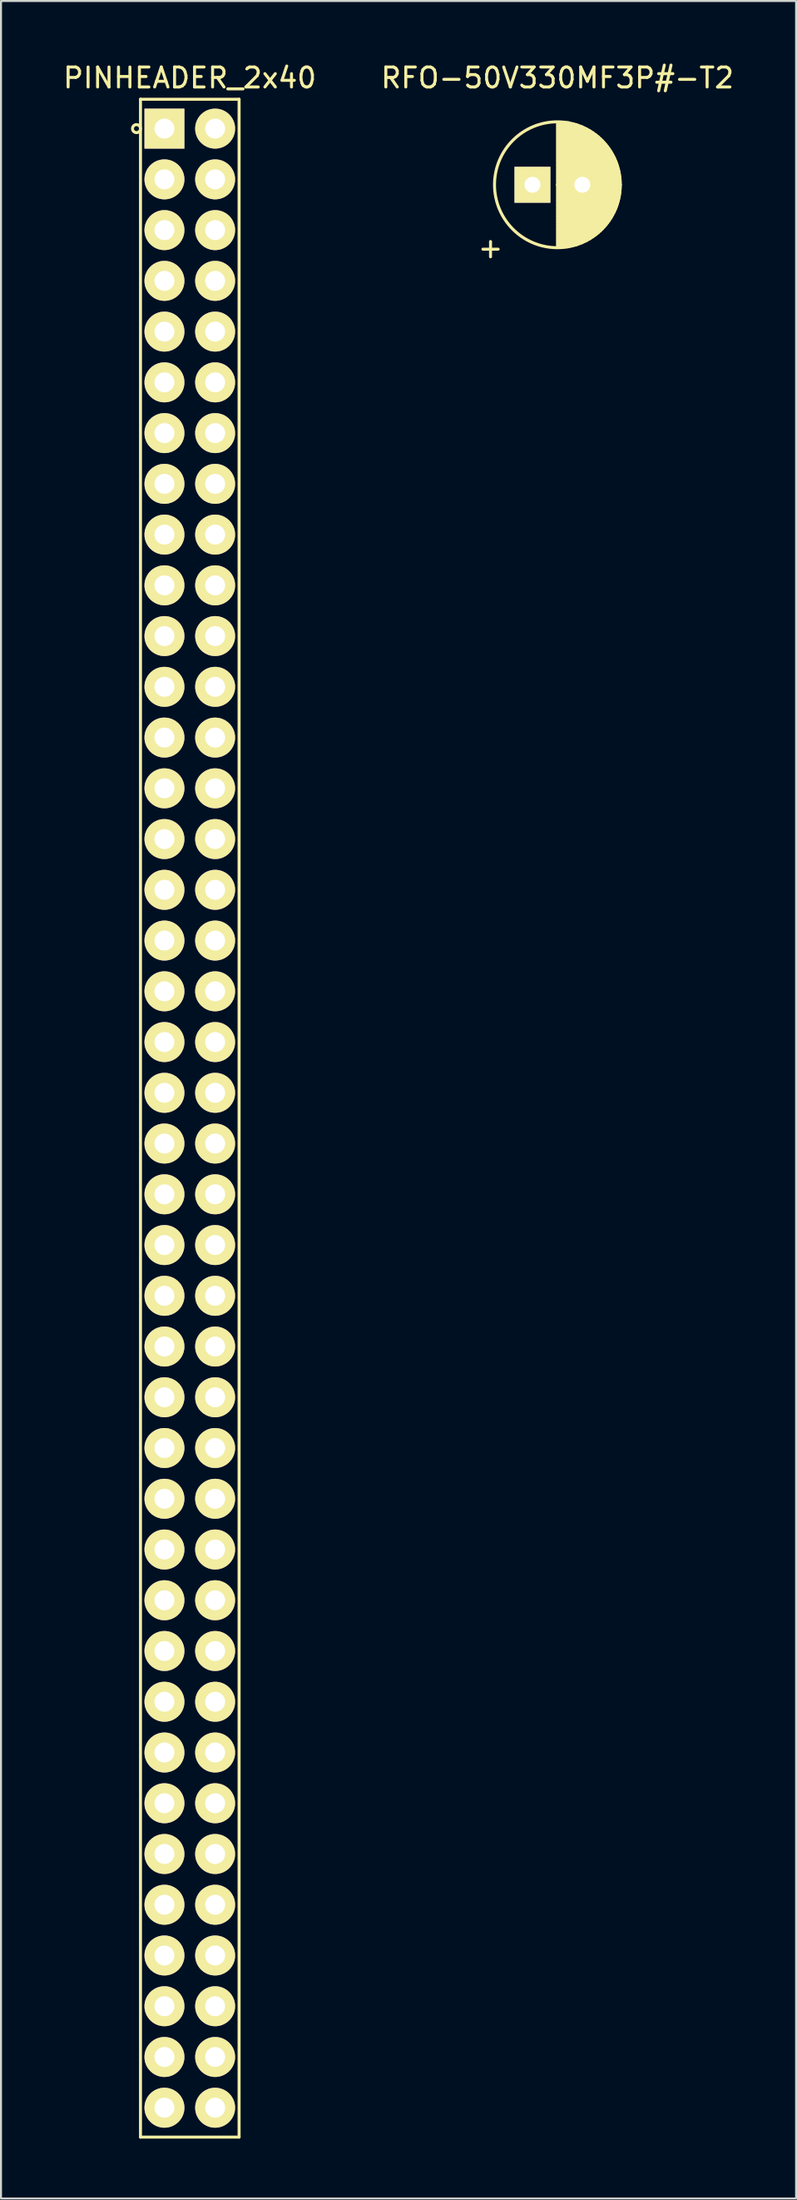
<source format=kicad_pcb>
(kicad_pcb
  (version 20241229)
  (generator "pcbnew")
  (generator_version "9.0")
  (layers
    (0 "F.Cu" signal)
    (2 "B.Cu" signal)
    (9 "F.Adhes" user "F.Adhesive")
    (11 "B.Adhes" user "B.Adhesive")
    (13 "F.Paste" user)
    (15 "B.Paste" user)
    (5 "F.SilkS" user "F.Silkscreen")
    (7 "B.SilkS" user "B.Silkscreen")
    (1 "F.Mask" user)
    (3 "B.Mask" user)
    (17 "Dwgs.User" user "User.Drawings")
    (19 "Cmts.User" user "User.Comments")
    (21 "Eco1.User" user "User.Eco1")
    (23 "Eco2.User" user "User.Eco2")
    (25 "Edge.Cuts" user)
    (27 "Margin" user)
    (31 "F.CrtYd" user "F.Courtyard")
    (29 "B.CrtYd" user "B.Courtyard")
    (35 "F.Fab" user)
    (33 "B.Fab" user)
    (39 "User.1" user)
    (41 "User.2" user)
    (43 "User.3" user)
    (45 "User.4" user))
  (footprint "RFO-50V330MF3P#-T2"
    (layer "F.Cu")
    (at 23.625 6.198)
    (property "Reference" "RFO-50V330MF3P#-T2" (at 1.25 -5.35 0) (layer "F.SilkS") (effects (font (size 1 1) (thickness 0.15))))
    (attr through_hole)
    (fp_line (start 1.25 -3.1) (end 1.809 -3.1) (stroke (width 0.15) (type solid)) (layer "F.SilkS"))
    (fp_line (start 1.25 -3) (end 2.21 -3) (stroke (width 0.15) (type solid)) (layer "F.SilkS"))
    (fp_line (start 1.25 -2.9) (end 2.48 -2.9) (stroke (width 0.15) (type solid)) (layer "F.SilkS"))
    (fp_line (start 1.25 -2.8) (end 2.693 -2.8) (stroke (width 0.15) (type solid)) (layer "F.SilkS"))
    (fp_line (start 1.25 -2.7) (end 2.872 -2.7) (stroke (width 0.15) (type solid)) (layer "F.SilkS"))
    (fp_line (start 1.25 -2.6) (end 3.028 -2.6) (stroke (width 0.15) (type solid)) (layer "F.SilkS"))
    (fp_line (start 1.25 -2.5) (end 3.166 -2.5) (stroke (width 0.15) (type solid)) (layer "F.SilkS"))
    (fp_line (start 1.25 -2.4) (end 3.29 -2.4) (stroke (width 0.15) (type solid)) (layer "F.SilkS"))
    (fp_line (start 1.25 -2.3) (end 3.402 -2.3) (stroke (width 0.15) (type solid)) (layer "F.SilkS"))
    (fp_line (start 1.25 -2.2) (end 3.504 -2.2) (stroke (width 0.15) (type solid)) (layer "F.SilkS"))
    (fp_line (start 1.25 -2.1) (end 3.598 -2.1) (stroke (width 0.15) (type solid)) (layer "F.SilkS"))
    (fp_line (start 1.25 -2) (end 3.684 -2) (stroke (width 0.15) (type solid)) (layer "F.SilkS"))
    (fp_line (start 1.25 -1.9) (end 3.762 -1.9) (stroke (width 0.15) (type solid)) (layer "F.SilkS"))
    (fp_line (start 1.25 -1.8) (end 3.835 -1.8) (stroke (width 0.15) (type solid)) (layer "F.SilkS"))
    (fp_line (start 1.25 -1.7) (end 3.902 -1.7) (stroke (width 0.15) (type solid)) (layer "F.SilkS"))
    (fp_line (start 1.25 -1.6) (end 3.963 -1.6) (stroke (width 0.15) (type solid)) (layer "F.SilkS"))
    (fp_line (start 1.25 -1.5) (end 4.02 -1.5) (stroke (width 0.15) (type solid)) (layer "F.SilkS"))
    (fp_line (start 1.25 -1.4) (end 4.072 -1.4) (stroke (width 0.15) (type solid)) (layer "F.SilkS"))
    (fp_line (start 1.25 -1.3) (end 4.119 -1.3) (stroke (width 0.15) (type solid)) (layer "F.SilkS"))
    (fp_line (start 1.25 -1.2) (end 4.162 -1.2) (stroke (width 0.15) (type solid)) (layer "F.SilkS"))
    (fp_line (start 1.25 -1.1) (end 4.202 -1.1) (stroke (width 0.15) (type solid)) (layer "F.SilkS"))
    (fp_line (start 1.25 -1) (end 4.237 -1) (stroke (width 0.15) (type solid)) (layer "F.SilkS"))
    (fp_line (start 1.25 -0.9) (end 4.269 -0.9) (stroke (width 0.15) (type solid)) (layer "F.SilkS"))
    (fp_line (start 1.25 -0.8) (end 4.297 -0.8) (stroke (width 0.15) (type solid)) (layer "F.SilkS"))
    (fp_line (start 1.25 -0.7) (end 4.321 -0.7) (stroke (width 0.15) (type solid)) (layer "F.SilkS"))
    (fp_line (start 1.25 -0.6) (end 4.342 -0.6) (stroke (width 0.15) (type solid)) (layer "F.SilkS"))
    (fp_line (start 1.25 -0.5) (end 4.36 -0.5) (stroke (width 0.15) (type solid)) (layer "F.SilkS"))
    (fp_line (start 1.25 -0.4) (end 4.375 -0.4) (stroke (width 0.15) (type solid)) (layer "F.SilkS"))
    (fp_line (start 1.25 -0.3) (end 4.386 -0.3) (stroke (width 0.15) (type solid)) (layer "F.SilkS"))
    (fp_line (start 1.25 -0.2) (end 4.394 -0.2) (stroke (width 0.15) (type solid)) (layer "F.SilkS"))
    (fp_line (start 1.25 -0.1) (end 4.398 -0.1) (stroke (width 0.15) (type solid)) (layer "F.SilkS"))
    (fp_line (start 1.25 0) (end 4.4 0) (stroke (width 0.15) (type solid)) (layer "F.SilkS"))
    (fp_line (start 1.25 0) (end 4.4 0) (stroke (width 0.15) (type solid)) (layer "F.SilkS"))
    (fp_line (start 1.25 0.1) (end 4.398 0.1) (stroke (width 0.15) (type solid)) (layer "F.SilkS"))
    (fp_line (start 1.25 0.2) (end 4.394 0.2) (stroke (width 0.15) (type solid)) (layer "F.SilkS"))
    (fp_line (start 1.25 0.3) (end 4.386 0.3) (stroke (width 0.15) (type solid)) (layer "F.SilkS"))
    (fp_line (start 1.25 0.4) (end 4.375 0.4) (stroke (width 0.15) (type solid)) (layer "F.SilkS"))
    (fp_line (start 1.25 0.5) (end 4.36 0.5) (stroke (width 0.15) (type solid)) (layer "F.SilkS"))
    (fp_line (start 1.25 0.6) (end 4.342 0.6) (stroke (width 0.15) (type solid)) (layer "F.SilkS"))
    (fp_line (start 1.25 0.7) (end 4.321 0.7) (stroke (width 0.15) (type solid)) (layer "F.SilkS"))
    (fp_line (start 1.25 0.8) (end 4.297 0.8) (stroke (width 0.15) (type solid)) (layer "F.SilkS"))
    (fp_line (start 1.25 0.9) (end 4.269 0.9) (stroke (width 0.15) (type solid)) (layer "F.SilkS"))
    (fp_line (start 1.25 1) (end 4.237 1) (stroke (width 0.15) (type solid)) (layer "F.SilkS"))
    (fp_line (start 1.25 1.1) (end 4.202 1.1) (stroke (width 0.15) (type solid)) (layer "F.SilkS"))
    (fp_line (start 1.25 1.2) (end 4.162 1.2) (stroke (width 0.15) (type solid)) (layer "F.SilkS"))
    (fp_line (start 1.25 1.3) (end 4.119 1.3) (stroke (width 0.15) (type solid)) (layer "F.SilkS"))
    (fp_line (start 1.25 1.4) (end 4.072 1.4) (stroke (width 0.15) (type solid)) (layer "F.SilkS"))
    (fp_line (start 1.25 1.5) (end 4.02 1.5) (stroke (width 0.15) (type solid)) (layer "F.SilkS"))
    (fp_line (start 1.25 1.6) (end 3.963 1.6) (stroke (width 0.15) (type solid)) (layer "F.SilkS"))
    (fp_line (start 1.25 1.7) (end 3.902 1.7) (stroke (width 0.15) (type solid)) (layer "F.SilkS"))
    (fp_line (start 1.25 1.8) (end 3.835 1.8) (stroke (width 0.15) (type solid)) (layer "F.SilkS"))
    (fp_line (start 1.25 1.9) (end 3.762 1.9) (stroke (width 0.15) (type solid)) (layer "F.SilkS"))
    (fp_line (start 1.25 2) (end 3.684 2) (stroke (width 0.15) (type solid)) (layer "F.SilkS"))
    (fp_line (start 1.25 2.1) (end 3.598 2.1) (stroke (width 0.15) (type solid)) (layer "F.SilkS"))
    (fp_line (start 1.25 2.2) (end 3.504 2.2) (stroke (width 0.15) (type solid)) (layer "F.SilkS"))
    (fp_line (start 1.25 2.3) (end 3.402 2.3) (stroke (width 0.15) (type solid)) (layer "F.SilkS"))
    (fp_line (start 1.25 2.4) (end 3.29 2.4) (stroke (width 0.15) (type solid)) (layer "F.SilkS"))
    (fp_line (start 1.25 2.5) (end 3.166 2.5) (stroke (width 0.15) (type solid)) (layer "F.SilkS"))
    (fp_line (start 1.25 2.6) (end 3.028 2.6) (stroke (width 0.15) (type solid)) (layer "F.SilkS"))
    (fp_line (start 1.25 2.7) (end 2.872 2.7) (stroke (width 0.15) (type solid)) (layer "F.SilkS"))
    (fp_line (start 1.25 2.8) (end 2.693 2.8) (stroke (width 0.15) (type solid)) (layer "F.SilkS"))
    (fp_line (start 1.25 2.9) (end 2.48 2.9) (stroke (width 0.15) (type solid)) (layer "F.SilkS"))
    (fp_line (start 1.25 3) (end 2.21 3) (stroke (width 0.15) (type solid)) (layer "F.SilkS"))
    (fp_line (start 1.25 3.1) (end 1.809 3.1) (stroke (width 0.15) (type solid)) (layer "F.SilkS"))
    (fp_circle (center 1.25 0) (end 1.25 -3.15) (stroke (width 0.15) (type solid)) (fill no) (layer "F.SilkS"))
    (fp_text user "+" (at -2.1 3.15 0) (layer "F.SilkS") (effects (font (size 1 1) (thickness 0.15))))
    (pad "1" thru_hole rect (at 0 0) (size 1.8 1.8) (drill 0.8) (layers "*.Cu" "*.Mask" "F.SilkS"))
    (pad "2" thru_hole circle (at 2.5 0) (size 1.8 1.8) (drill 0.8) (layers "*.Cu" "*.Mask" "F.SilkS")))
  (footprint "PINHEADER_2x40"
    (layer "F.Cu")
    (at 5.188 3.388)
    (property "Reference" "PINHEADER_2x40" (at 1.27 -2.54 0) (layer "F.SilkS") (effects (font (size 1 1) (thickness 0.15))))
    (attr through_hole)
    (fp_line (start -1.2 -1.47) (end 3.74 -1.47) (stroke (width 0.15) (type solid)) (layer "F.SilkS"))
    (fp_line (start -1.2 100.53) (end -1.2 -1.47) (stroke (width 0.15) (type solid)) (layer "F.SilkS"))
    (fp_line (start 3.74 -1.47) (end 3.74 100.53) (stroke (width 0.15) (type solid)) (layer "F.SilkS"))
    (fp_line (start 3.74 100.53) (end -1.2 100.53) (stroke (width 0.15) (type solid)) (layer "F.SilkS"))
    (fp_circle (center -1.4 0) (end -1.4 0.2) (stroke (width 0.15) (type solid)) (fill no) (layer "F.SilkS"))
    (pad "1" thru_hole rect (at 0 0) (size 2 2) (drill 1) (layers "*.Cu" "*.Mask" "F.SilkS"))
    (pad "2" thru_hole circle (at 0 2.54) (size 2 2) (drill 1) (layers "*.Cu" "*.Mask" "F.SilkS"))
    (pad "3" thru_hole circle (at 0 5.08) (size 2 2) (drill 1) (layers "*.Cu" "*.Mask" "F.SilkS"))
    (pad "4" thru_hole circle (at 0 7.62) (size 2 2) (drill 1) (layers "*.Cu" "*.Mask" "F.SilkS"))
    (pad "5" thru_hole circle (at 0 10.16) (size 2 2) (drill 1) (layers "*.Cu" "*.Mask" "F.SilkS"))
    (pad "6" thru_hole circle (at 0 12.7) (size 2 2) (drill 1) (layers "*.Cu" "*.Mask" "F.SilkS"))
    (pad "7" thru_hole circle (at 0 15.24) (size 2 2) (drill 1) (layers "*.Cu" "*.Mask" "F.SilkS"))
    (pad "8" thru_hole circle (at 0 17.78) (size 2 2) (drill 1) (layers "*.Cu" "*.Mask" "F.SilkS"))
    (pad "9" thru_hole circle (at 0 20.32) (size 2 2) (drill 1) (layers "*.Cu" "*.Mask" "F.SilkS"))
    (pad "10" thru_hole circle (at 0 22.86) (size 2 2) (drill 1) (layers "*.Cu" "*.Mask" "F.SilkS"))
    (pad "11" thru_hole circle (at 0 25.4) (size 2 2) (drill 1) (layers "*.Cu" "*.Mask" "F.SilkS"))
    (pad "12" thru_hole circle (at 0 27.94) (size 2 2) (drill 1) (layers "*.Cu" "*.Mask" "F.SilkS"))
    (pad "13" thru_hole circle (at 0 30.48) (size 2 2) (drill 1) (layers "*.Cu" "*.Mask" "F.SilkS"))
    (pad "14" thru_hole circle (at 0 33.02) (size 2 2) (drill 1) (layers "*.Cu" "*.Mask" "F.SilkS"))
    (pad "15" thru_hole circle (at 0 35.56) (size 2 2) (drill 1) (layers "*.Cu" "*.Mask" "F.SilkS"))
    (pad "16" thru_hole circle (at 0 38.1) (size 2 2) (drill 1) (layers "*.Cu" "*.Mask" "F.SilkS"))
    (pad "17" thru_hole circle (at 0 40.64) (size 2 2) (drill 1) (layers "*.Cu" "*.Mask" "F.SilkS"))
    (pad "18" thru_hole circle (at 0 43.18) (size 2 2) (drill 1) (layers "*.Cu" "*.Mask" "F.SilkS"))
    (pad "19" thru_hole circle (at 0 45.72) (size 2 2) (drill 1) (layers "*.Cu" "*.Mask" "F.SilkS"))
    (pad "20" thru_hole circle (at 0 48.26) (size 2 2) (drill 1) (layers "*.Cu" "*.Mask" "F.SilkS"))
    (pad "21" thru_hole circle (at 0 50.8) (size 2 2) (drill 1) (layers "*.Cu" "*.Mask" "F.SilkS"))
    (pad "22" thru_hole circle (at 0 53.34) (size 2 2) (drill 1) (layers "*.Cu" "*.Mask" "F.SilkS"))
    (pad "23" thru_hole circle (at 0 55.88) (size 2 2) (drill 1) (layers "*.Cu" "*.Mask" "F.SilkS"))
    (pad "24" thru_hole circle (at 0 58.42) (size 2 2) (drill 1) (layers "*.Cu" "*.Mask" "F.SilkS"))
    (pad "25" thru_hole circle (at 0 60.96) (size 2 2) (drill 1) (layers "*.Cu" "*.Mask" "F.SilkS"))
    (pad "26" thru_hole circle (at 0 63.5) (size 2 2) (drill 1) (layers "*.Cu" "*.Mask" "F.SilkS"))
    (pad "27" thru_hole circle (at 0 66.04) (size 2 2) (drill 1) (layers "*.Cu" "*.Mask" "F.SilkS"))
    (pad "28" thru_hole circle (at 0 68.58) (size 2 2) (drill 1) (layers "*.Cu" "*.Mask" "F.SilkS"))
    (pad "29" thru_hole circle (at 0 71.12) (size 2 2) (drill 1) (layers "*.Cu" "*.Mask" "F.SilkS"))
    (pad "30" thru_hole circle (at 0 73.66) (size 2 2) (drill 1) (layers "*.Cu" "*.Mask" "F.SilkS"))
    (pad "31" thru_hole circle (at 0 76.2) (size 2 2) (drill 1) (layers "*.Cu" "*.Mask" "F.SilkS"))
    (pad "32" thru_hole circle (at 0 78.74) (size 2 2) (drill 1) (layers "*.Cu" "*.Mask" "F.SilkS"))
    (pad "33" thru_hole circle (at 0 81.28) (size 2 2) (drill 1) (layers "*.Cu" "*.Mask" "F.SilkS"))
    (pad "34" thru_hole circle (at 0 83.82) (size 2 2) (drill 1) (layers "*.Cu" "*.Mask" "F.SilkS"))
    (pad "35" thru_hole circle (at 0 86.36) (size 2 2) (drill 1) (layers "*.Cu" "*.Mask" "F.SilkS"))
    (pad "36" thru_hole circle (at 0 88.9) (size 2 2) (drill 1) (layers "*.Cu" "*.Mask" "F.SilkS"))
    (pad "37" thru_hole circle (at 0 91.44) (size 2 2) (drill 1) (layers "*.Cu" "*.Mask" "F.SilkS"))
    (pad "38" thru_hole circle (at 0 93.98) (size 2 2) (drill 1) (layers "*.Cu" "*.Mask" "F.SilkS"))
    (pad "39" thru_hole circle (at 0 96.52) (size 2 2) (drill 1) (layers "*.Cu" "*.Mask" "F.SilkS"))
    (pad "40" thru_hole circle (at 0 99.06) (size 2 2) (drill 1) (layers "*.Cu" "*.Mask" "F.SilkS"))
    (pad "41" thru_hole circle (at 2.54 99.06) (size 2 2) (drill 1) (layers "*.Cu" "*.Mask" "F.SilkS"))
    (pad "42" thru_hole circle (at 2.54 96.52) (size 2 2) (drill 1) (layers "*.Cu" "*.Mask" "F.SilkS"))
    (pad "43" thru_hole circle (at 2.54 93.98) (size 2 2) (drill 1) (layers "*.Cu" "*.Mask" "F.SilkS"))
    (pad "44" thru_hole circle (at 2.54 91.44) (size 2 2) (drill 1) (layers "*.Cu" "*.Mask" "F.SilkS"))
    (pad "45" thru_hole circle (at 2.54 88.9) (size 2 2) (drill 1) (layers "*.Cu" "*.Mask" "F.SilkS"))
    (pad "46" thru_hole circle (at 2.54 86.36) (size 2 2) (drill 1) (layers "*.Cu" "*.Mask" "F.SilkS"))
    (pad "47" thru_hole circle (at 2.54 83.82) (size 2 2) (drill 1) (layers "*.Cu" "*.Mask" "F.SilkS"))
    (pad "48" thru_hole circle (at 2.54 81.28) (size 2 2) (drill 1) (layers "*.Cu" "*.Mask" "F.SilkS"))
    (pad "49" thru_hole circle (at 2.54 78.74) (size 2 2) (drill 1) (layers "*.Cu" "*.Mask" "F.SilkS"))
    (pad "50" thru_hole circle (at 2.54 76.2) (size 2 2) (drill 1) (layers "*.Cu" "*.Mask" "F.SilkS"))
    (pad "51" thru_hole circle (at 2.54 73.66) (size 2 2) (drill 1) (layers "*.Cu" "*.Mask" "F.SilkS"))
    (pad "52" thru_hole circle (at 2.54 71.12) (size 2 2) (drill 1) (layers "*.Cu" "*.Mask" "F.SilkS"))
    (pad "53" thru_hole circle (at 2.54 68.58) (size 2 2) (drill 1) (layers "*.Cu" "*.Mask" "F.SilkS"))
    (pad "54" thru_hole circle (at 2.54 66.04) (size 2 2) (drill 1) (layers "*.Cu" "*.Mask" "F.SilkS"))
    (pad "55" thru_hole circle (at 2.54 63.5) (size 2 2) (drill 1) (layers "*.Cu" "*.Mask" "F.SilkS"))
    (pad "56" thru_hole circle (at 2.54 60.96) (size 2 2) (drill 1) (layers "*.Cu" "*.Mask" "F.SilkS"))
    (pad "57" thru_hole circle (at 2.54 58.42) (size 2 2) (drill 1) (layers "*.Cu" "*.Mask" "F.SilkS"))
    (pad "58" thru_hole circle (at 2.54 55.88) (size 2 2) (drill 1) (layers "*.Cu" "*.Mask" "F.SilkS"))
    (pad "59" thru_hole circle (at 2.54 53.34) (size 2 2) (drill 1) (layers "*.Cu" "*.Mask" "F.SilkS"))
    (pad "60" thru_hole circle (at 2.54 50.8) (size 2 2) (drill 1) (layers "*.Cu" "*.Mask" "F.SilkS"))
    (pad "61" thru_hole circle (at 2.54 48.26) (size 2 2) (drill 1) (layers "*.Cu" "*.Mask" "F.SilkS"))
    (pad "62" thru_hole circle (at 2.54 45.72) (size 2 2) (drill 1) (layers "*.Cu" "*.Mask" "F.SilkS"))
    (pad "63" thru_hole circle (at 2.54 43.18) (size 2 2) (drill 1) (layers "*.Cu" "*.Mask" "F.SilkS"))
    (pad "64" thru_hole circle (at 2.54 40.64) (size 2 2) (drill 1) (layers "*.Cu" "*.Mask" "F.SilkS"))
    (pad "65" thru_hole circle (at 2.54 38.1) (size 2 2) (drill 1) (layers "*.Cu" "*.Mask" "F.SilkS"))
    (pad "66" thru_hole circle (at 2.54 35.56) (size 2 2) (drill 1) (layers "*.Cu" "*.Mask" "F.SilkS"))
    (pad "67" thru_hole circle (at 2.54 33.02) (size 2 2) (drill 1) (layers "*.Cu" "*.Mask" "F.SilkS"))
    (pad "68" thru_hole circle (at 2.54 30.48) (size 2 2) (drill 1) (layers "*.Cu" "*.Mask" "F.SilkS"))
    (pad "69" thru_hole circle (at 2.54 27.94) (size 2 2) (drill 1) (layers "*.Cu" "*.Mask" "F.SilkS"))
    (pad "70" thru_hole circle (at 2.54 25.4) (size 2 2) (drill 1) (layers "*.Cu" "*.Mask" "F.SilkS"))
    (pad "71" thru_hole circle (at 2.54 22.86) (size 2 2) (drill 1) (layers "*.Cu" "*.Mask" "F.SilkS"))
    (pad "72" thru_hole circle (at 2.54 20.32) (size 2 2) (drill 1) (layers "*.Cu" "*.Mask" "F.SilkS"))
    (pad "73" thru_hole circle (at 2.54 17.78) (size 2 2) (drill 1) (layers "*.Cu" "*.Mask" "F.SilkS"))
    (pad "74" thru_hole circle (at 2.54 15.24) (size 2 2) (drill 1) (layers "*.Cu" "*.Mask" "F.SilkS"))
    (pad "75" thru_hole circle (at 2.54 12.7) (size 2 2) (drill 1) (layers "*.Cu" "*.Mask" "F.SilkS"))
    (pad "76" thru_hole circle (at 2.54 10.16) (size 2 2) (drill 1) (layers "*.Cu" "*.Mask" "F.SilkS"))
    (pad "77" thru_hole circle (at 2.54 7.62) (size 2 2) (drill 1) (layers "*.Cu" "*.Mask" "F.SilkS"))
    (pad "78" thru_hole circle (at 2.54 5.08) (size 2 2) (drill 1) (layers "*.Cu" "*.Mask" "F.SilkS"))
    (pad "79" thru_hole circle (at 2.54 2.54) (size 2 2) (drill 1) (layers "*.Cu" "*.Mask" "F.SilkS"))
    (pad "80" thru_hole circle (at 2.54 0) (size 2 2) (drill 1) (layers "*.Cu" "*.Mask" "F.SilkS")))
  (gr_rect
    (start -3 -3)
    (end 36.833 106.993)
    (stroke (width 0.1) (type default))
    (fill no)
    (layer "Edge.Cuts")))
</source>
